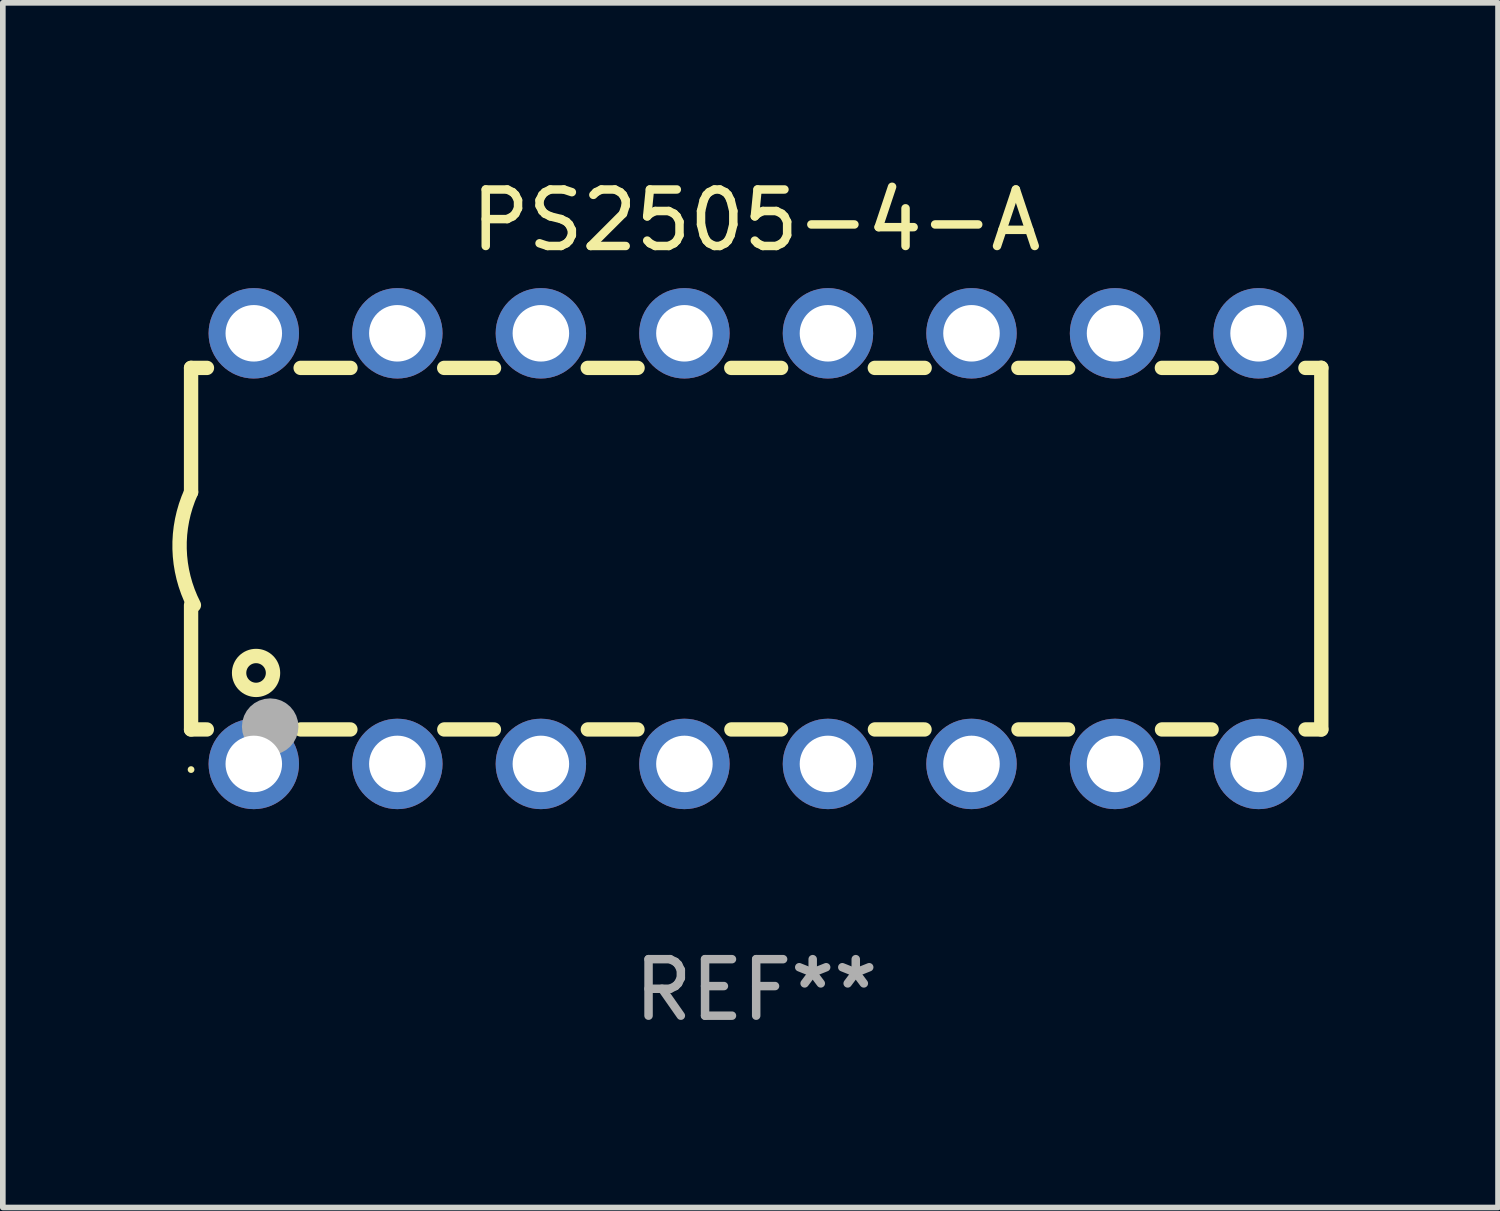
<source format=kicad_pcb>
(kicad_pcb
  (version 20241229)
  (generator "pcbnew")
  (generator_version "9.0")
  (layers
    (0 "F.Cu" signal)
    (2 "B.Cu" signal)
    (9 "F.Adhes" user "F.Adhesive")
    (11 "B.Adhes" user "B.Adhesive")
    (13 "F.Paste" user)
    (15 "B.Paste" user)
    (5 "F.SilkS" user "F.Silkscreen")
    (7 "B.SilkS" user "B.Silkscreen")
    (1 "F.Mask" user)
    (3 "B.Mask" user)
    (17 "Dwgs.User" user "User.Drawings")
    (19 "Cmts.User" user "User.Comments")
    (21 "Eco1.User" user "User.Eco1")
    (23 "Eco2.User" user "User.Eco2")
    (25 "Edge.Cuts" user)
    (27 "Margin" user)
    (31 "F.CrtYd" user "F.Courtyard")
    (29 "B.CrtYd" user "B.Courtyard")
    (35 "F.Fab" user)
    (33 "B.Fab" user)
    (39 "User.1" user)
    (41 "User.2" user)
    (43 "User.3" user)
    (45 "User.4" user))
  (footprint "PS2505-4-A"
    (layer "F.Cu")
    (at 10.331 6.658)
    (property "Reference" "PS2505-4-A" (at 0 -5.81 0) (layer "F.SilkS") (effects (font (size 1 1) (thickness 0.15))))
    (attr through_hole)
    (fp_line (start -10 -3.198) (end -9.719 -3.198) (stroke (width 0.254) (type solid)) (layer "F.SilkS"))
    (fp_line (start -10 -0.998) (end -10 -3.198) (stroke (width 0.254) (type solid)) (layer "F.SilkS"))
    (fp_line (start -10 3.2) (end -10 1) (stroke (width 0.254) (type solid)) (layer "F.SilkS"))
    (fp_line (start -10 3.2) (end -9.721 3.2) (stroke (width 0.254) (type solid)) (layer "F.SilkS"))
    (fp_line (start -8.061 -3.198) (end -7.179 -3.198) (stroke (width 0.254) (type solid)) (layer "F.SilkS"))
    (fp_line (start -8.059 3.2) (end -7.181 3.2) (stroke (width 0.254) (type solid)) (layer "F.SilkS"))
    (fp_line (start -5.521 -3.198) (end -4.639 -3.198) (stroke (width 0.254) (type solid)) (layer "F.SilkS"))
    (fp_line (start -5.519 3.2) (end -4.641 3.2) (stroke (width 0.254) (type solid)) (layer "F.SilkS"))
    (fp_line (start -2.981 -3.198) (end -2.099 -3.198) (stroke (width 0.254) (type solid)) (layer "F.SilkS"))
    (fp_line (start -2.979 3.2) (end -2.101 3.2) (stroke (width 0.254) (type solid)) (layer "F.SilkS"))
    (fp_line (start -0.441 -3.198) (end 0.441 -3.198) (stroke (width 0.254) (type solid)) (layer "F.SilkS"))
    (fp_line (start -0.439 3.2) (end 0.439 3.2) (stroke (width 0.254) (type solid)) (layer "F.SilkS"))
    (fp_line (start 2.099 -3.198) (end 2.981 -3.198) (stroke (width 0.254) (type solid)) (layer "F.SilkS"))
    (fp_line (start 2.101 3.2) (end 2.979 3.2) (stroke (width 0.254) (type solid)) (layer "F.SilkS"))
    (fp_line (start 4.639 -3.198) (end 5.521 -3.198) (stroke (width 0.254) (type solid)) (layer "F.SilkS"))
    (fp_line (start 4.641 3.2) (end 5.519 3.2) (stroke (width 0.254) (type solid)) (layer "F.SilkS"))
    (fp_line (start 7.179 -3.198) (end 8.061 -3.198) (stroke (width 0.254) (type solid)) (layer "F.SilkS"))
    (fp_line (start 7.181 3.2) (end 8.059 3.2) (stroke (width 0.254) (type solid)) (layer "F.SilkS"))
    (fp_line (start 9.719 -3.198) (end 10 -3.198) (stroke (width 0.254) (type solid)) (layer "F.SilkS"))
    (fp_line (start 9.721 3.2) (end 10 3.2) (stroke (width 0.254) (type solid)) (layer "F.SilkS"))
    (fp_line (start 10 3.2) (end 10 -3.2) (stroke (width 0.254) (type solid)) (layer "F.SilkS"))
    (fp_arc (start -9.949962 1) (mid -10.203153 0.005709) (end -10 -1) (stroke (width 0.254001) (type solid)) (layer "F.SilkS"))
    (fp_circle (center -10 3.91) (end -9.97 3.91) (stroke (width 0.06) (type solid)) (fill no) (layer "F.SilkS"))
    (fp_circle (center -8.85 2.2) (end -8.55 2.2) (stroke (width 0.254) (type solid)) (fill no) (layer "F.SilkS"))
    (fp_circle (center -8.6 3.15) (end -8.35 3.15) (stroke (width 0.5) (type solid)) (fill no) (layer "F.Fab"))
    (fp_text user "REF**" (at 0 7.81 0) (layer "F.Fab") (effects (font (size 1 1) (thickness 0.15))))
    (pad "1" thru_hole circle (at -8.89 3.81) (size 1.6 1.6) (drill 1) (layers "*.Cu" "*.Mask"))
    (pad "2" thru_hole circle (at -6.35 3.81) (size 1.6 1.6) (drill 1) (layers "*.Cu" "*.Mask"))
    (pad "3" thru_hole circle (at -3.81 3.81) (size 1.6 1.6) (drill 1) (layers "*.Cu" "*.Mask"))
    (pad "4" thru_hole circle (at -1.27 3.81) (size 1.6 1.6) (drill 1) (layers "*.Cu" "*.Mask"))
    (pad "5" thru_hole circle (at 1.27 3.81) (size 1.6 1.6) (drill 1) (layers "*.Cu" "*.Mask"))
    (pad "6" thru_hole circle (at 3.81 3.81) (size 1.6 1.6) (drill 1) (layers "*.Cu" "*.Mask"))
    (pad "7" thru_hole circle (at 6.35 3.81) (size 1.6 1.6) (drill 1) (layers "*.Cu" "*.Mask"))
    (pad "8" thru_hole circle (at 8.89 3.81) (size 1.6 1.6) (drill 1) (layers "*.Cu" "*.Mask"))
    (pad "9" thru_hole circle (at 8.89 -3.81) (size 1.6 1.6) (drill 1) (layers "*.Cu" "*.Mask"))
    (pad "10" thru_hole circle (at 6.35 -3.81) (size 1.6 1.6) (drill 1) (layers "*.Cu" "*.Mask"))
    (pad "11" thru_hole circle (at 3.81 -3.81) (size 1.6 1.6) (drill 1) (layers "*.Cu" "*.Mask"))
    (pad "12" thru_hole circle (at 1.27 -3.81) (size 1.6 1.6) (drill 1) (layers "*.Cu" "*.Mask"))
    (pad "13" thru_hole circle (at -1.27 -3.81) (size 1.6 1.6) (drill 1) (layers "*.Cu" "*.Mask"))
    (pad "14" thru_hole circle (at -3.81 -3.81) (size 1.6 1.6) (drill 1) (layers "*.Cu" "*.Mask"))
    (pad "15" thru_hole circle (at -6.35 -3.81) (size 1.6 1.6) (drill 1) (layers "*.Cu" "*.Mask"))
    (pad "16" thru_hole circle (at -8.89 -3.81) (size 1.6 1.6) (drill 1) (layers "*.Cu" "*.Mask")))
  (gr_rect
    (start -3 -3)
    (end 23.458 18.317)
    (stroke (width 0.1) (type default))
    (fill no)
    (layer "Edge.Cuts")))
</source>
